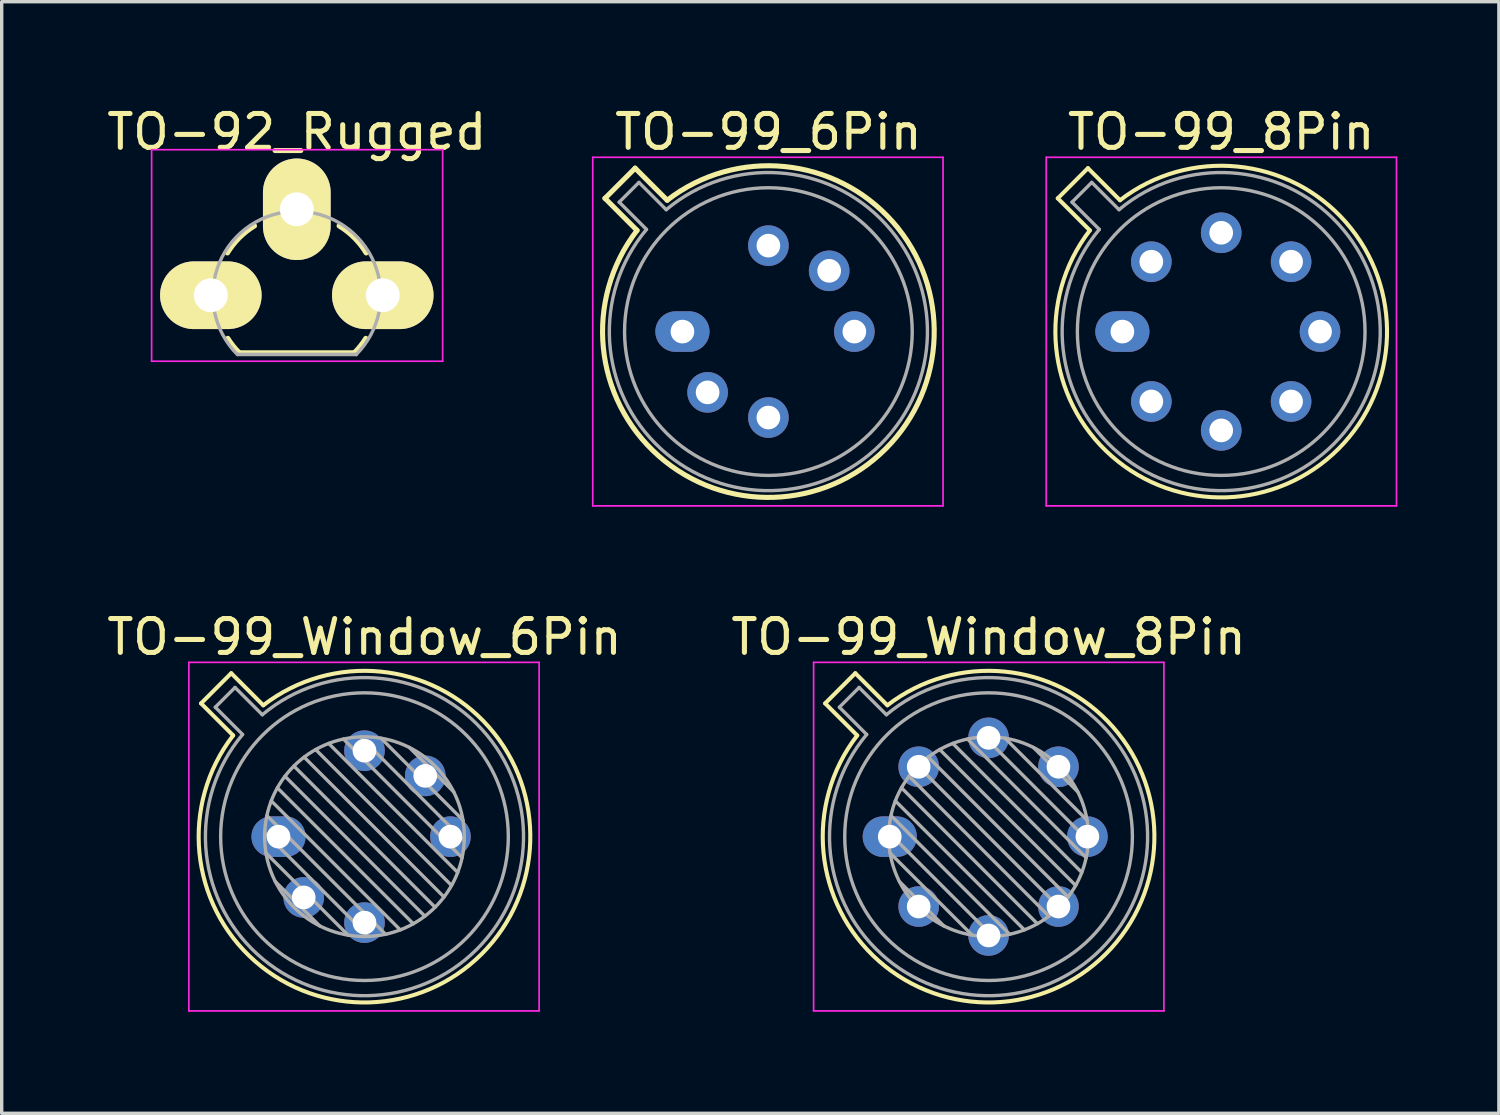
<source format=kicad_pcb>
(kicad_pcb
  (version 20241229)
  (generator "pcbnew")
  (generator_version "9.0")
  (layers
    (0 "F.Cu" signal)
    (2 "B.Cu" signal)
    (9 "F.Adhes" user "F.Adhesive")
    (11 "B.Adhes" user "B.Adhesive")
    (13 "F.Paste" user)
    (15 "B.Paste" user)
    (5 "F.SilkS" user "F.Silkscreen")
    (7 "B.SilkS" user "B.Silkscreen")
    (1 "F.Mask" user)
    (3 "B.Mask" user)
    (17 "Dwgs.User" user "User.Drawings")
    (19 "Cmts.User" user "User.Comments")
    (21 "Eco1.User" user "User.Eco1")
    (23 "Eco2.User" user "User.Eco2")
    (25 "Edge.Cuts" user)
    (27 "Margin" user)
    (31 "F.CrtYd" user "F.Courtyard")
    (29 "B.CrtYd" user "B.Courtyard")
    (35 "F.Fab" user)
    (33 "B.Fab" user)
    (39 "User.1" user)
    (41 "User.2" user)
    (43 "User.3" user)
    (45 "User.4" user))
  (footprint "TO-99_8Pin"
    (layer "F.Cu")
    (at 30.115 6.748)
    (property "Reference" "TO-99_8Pin" (at 2.92 -5.9 0) (layer "F.SilkS") (effects (font (size 1 1) (thickness 0.15))))
    (attr through_hole)
    (fp_line (start -1.909 -3.938) (end -0.962 -2.991) (stroke (width 0.12) (type solid)) (layer "F.SilkS"))
    (fp_line (start -1.018 -4.829) (end -1.909 -3.938) (stroke (width 0.12) (type solid)) (layer "F.SilkS"))
    (fp_line (start -0.071 -3.882) (end -1.018 -4.829) (stroke (width 0.12) (type solid)) (layer "F.SilkS"))
    (fp_arc (start -0.070589 -3.881543) (mid 6.384823 3.464823) (end -0.961543 -2.990588) (stroke (width 0.12) (type solid)) (layer "F.SilkS"))
    (fp_line (start -2.25 -5.15) (end -2.25 5.15) (stroke (width 0.05) (type solid)) (layer "F.CrtYd"))
    (fp_line (start -2.25 5.15) (end 8.1 5.15) (stroke (width 0.05) (type solid)) (layer "F.CrtYd"))
    (fp_line (start 8.1 -5.15) (end -2.25 -5.15) (stroke (width 0.05) (type solid)) (layer "F.CrtYd"))
    (fp_line (start 8.1 5.15) (end 8.1 -5.15) (stroke (width 0.05) (type solid)) (layer "F.CrtYd"))
    (fp_line (start -1.488 -3.825) (end -0.682 -3.019) (stroke (width 0.1) (type solid)) (layer "F.Fab"))
    (fp_line (start -0.905 -4.408) (end -1.488 -3.825) (stroke (width 0.1) (type solid)) (layer "F.Fab"))
    (fp_line (start -0.099 -3.602) (end -0.905 -4.408) (stroke (width 0.1) (type solid)) (layer "F.Fab"))
    (fp_arc (start -0.098935 -3.602226) (mid 6.243402 3.323402) (end -0.682226 -3.018935) (stroke (width 0.1) (type solid)) (layer "F.Fab"))
    (fp_circle (center 2.92 0) (end 7.17 0) (stroke (width 0.1) (type solid)) (fill no) (layer "F.Fab"))
    (pad "1" thru_hole oval (at 0 0) (size 1.6 1.2) (drill 0.7) (layers "*.Cu" "*.Mask"))
    (pad "2" thru_hole oval (at 0.855 2.065) (size 1.2 1.2) (drill 0.7) (layers "*.Cu" "*.Mask"))
    (pad "3" thru_hole oval (at 2.92 2.92) (size 1.2 1.2) (drill 0.7) (layers "*.Cu" "*.Mask"))
    (pad "4" thru_hole oval (at 4.985 2.065) (size 1.2 1.2) (drill 0.7) (layers "*.Cu" "*.Mask"))
    (pad "5" thru_hole oval (at 5.84 0) (size 1.2 1.2) (drill 0.7) (layers "*.Cu" "*.Mask"))
    (pad "6" thru_hole oval (at 4.985 -2.065) (size 1.2 1.2) (drill 0.7) (layers "*.Cu" "*.Mask"))
    (pad "7" thru_hole oval (at 2.92 -2.92) (size 1.2 1.2) (drill 0.7) (layers "*.Cu" "*.Mask"))
    (pad "8" thru_hole oval (at 0.855 -2.065) (size 1.2 1.2) (drill 0.7) (layers "*.Cu" "*.Mask")))
  (footprint "TO-92_Rugged"
    (layer "F.Cu")
    (at 3.18 5.674)
    (property "Reference" "TO-92_Rugged" (at 2.54 -4.826 0) (layer "F.SilkS") (effects (font (size 1 1) (thickness 0.15))))
    (attr through_hole)
    (fp_line (start 0.84 1.7) (end 4.24 1.7) (stroke (width 0.15) (type solid)) (layer "F.SilkS"))
    (fp_arc (start 0.49 -1.25) (mid 0.842207 -1.697793) (end 1.29 -2.05) (stroke (width 0.15) (type solid)) (layer "F.SilkS"))
    (fp_arc (start 0.84 1.7) (mid 0.658552 1.496715) (end 0.501273 1.274203) (stroke (width 0.15) (type solid)) (layer "F.SilkS"))
    (fp_arc (start 3.79 -2.05) (mid 4.237793 -1.697793) (end 4.59 -1.25) (stroke (width 0.15) (type solid)) (layer "F.SilkS"))
    (fp_arc (start 4.578727 1.274203) (mid 4.421448 1.496715) (end 4.24 1.7) (stroke (width 0.15) (type solid)) (layer "F.SilkS"))
    (fp_line (start -1.75 -4.3) (end 6.85 -4.3) (stroke (width 0.05) (type solid)) (layer "F.CrtYd"))
    (fp_line (start -1.75 1.95) (end -1.75 -4.3) (stroke (width 0.05) (type solid)) (layer "F.CrtYd"))
    (fp_line (start -1.75 1.95) (end 6.85 1.95) (stroke (width 0.05) (type solid)) (layer "F.CrtYd"))
    (fp_line (start 6.85 1.95) (end 6.85 -4.3) (stroke (width 0.05) (type solid)) (layer "F.CrtYd"))
    (fp_line (start 0.8 1.75) (end 4.3 1.75) (stroke (width 0.1) (type solid)) (layer "F.Fab"))
    (fp_line (start 0.8 1.75) (end 4.3 1.75) (stroke (width 0.1) (type solid)) (layer "F.Fab"))
    (fp_arc (start 0.786375 1.753625) (mid 0.248779 -0.949055) (end 2.54 -2.48) (stroke (width 0.1) (type solid)) (layer "F.Fab"))
    (fp_arc (start 2.54 -2.48) (mid 4.831221 -0.949055) (end 4.293625 1.753625) (stroke (width 0.1) (type solid)) (layer "F.Fab"))
    (pad "1" thru_hole oval (at 0 0 90) (size 2 3) (drill 1) (layers "*.Cu" "*.Mask" "F.SilkS"))
    (pad "2" thru_hole oval (at 2.54 -2.54 90) (size 3 2) (drill 1) (layers "*.Cu" "*.Mask" "F.SilkS"))
    (pad "3" thru_hole oval (at 5.08 0 90) (size 2 3) (drill 1) (layers "*.Cu" "*.Mask" "F.SilkS")))
  (footprint "TO-99_Window_8Pin"
    (layer "F.Cu")
    (at 23.241 21.672)
    (property "Reference" "TO-99_Window_8Pin" (at 2.92 -5.9 0) (layer "F.SilkS") (effects (font (size 1 1) (thickness 0.15))))
    (attr through_hole)
    (fp_line (start -1.909 -3.938) (end -0.962 -2.991) (stroke (width 0.12) (type solid)) (layer "F.SilkS"))
    (fp_line (start -1.018 -4.829) (end -1.909 -3.938) (stroke (width 0.12) (type solid)) (layer "F.SilkS"))
    (fp_line (start -0.071 -3.882) (end -1.018 -4.829) (stroke (width 0.12) (type solid)) (layer "F.SilkS"))
    (fp_arc (start -0.070589 -3.881543) (mid 6.384823 3.464823) (end -0.961543 -2.990588) (stroke (width 0.12) (type solid)) (layer "F.SilkS"))
    (fp_line (start -2.25 -5.15) (end -2.25 5.15) (stroke (width 0.05) (type solid)) (layer "F.CrtYd"))
    (fp_line (start -2.25 5.15) (end 8.1 5.15) (stroke (width 0.05) (type solid)) (layer "F.CrtYd"))
    (fp_line (start 8.1 -5.15) (end -2.25 -5.15) (stroke (width 0.05) (type solid)) (layer "F.CrtYd"))
    (fp_line (start 8.1 5.15) (end 8.1 -5.15) (stroke (width 0.05) (type solid)) (layer "F.CrtYd"))
    (fp_line (start -1.488 -3.825) (end -0.682 -3.019) (stroke (width 0.1) (type solid)) (layer "F.Fab"))
    (fp_line (start -0.905 -4.408) (end -1.488 -3.825) (stroke (width 0.1) (type solid)) (layer "F.Fab"))
    (fp_line (start -0.099 -3.602) (end -0.905 -4.408) (stroke (width 0.1) (type solid)) (layer "F.Fab"))
    (fp_line (start -0.028 -0.12) (end 3.04 2.948) (stroke (width 0.1) (type solid)) (layer "F.Fab"))
    (fp_line (start 0.009 0.485) (end 2.435 2.911) (stroke (width 0.1) (type solid)) (layer "F.Fab"))
    (fp_line (start 0.036 -0.622) (end 3.542 2.884) (stroke (width 0.1) (type solid)) (layer "F.Fab"))
    (fp_line (start 0.165 -1.058) (end 3.978 2.755) (stroke (width 0.1) (type solid)) (layer "F.Fab"))
    (fp_line (start 0.283 1.324) (end 1.596 2.637) (stroke (width 0.1) (type solid)) (layer "F.Fab"))
    (fp_line (start 0.346 -1.443) (end 4.363 2.574) (stroke (width 0.1) (type solid)) (layer "F.Fab"))
    (fp_line (start 0.57 -1.784) (end 4.704 2.35) (stroke (width 0.1) (type solid)) (layer "F.Fab"))
    (fp_line (start 0.834 -2.086) (end 5.006 2.086) (stroke (width 0.1) (type solid)) (layer "F.Fab"))
    (fp_line (start 1.136 -2.35) (end 5.27 1.784) (stroke (width 0.1) (type solid)) (layer "F.Fab"))
    (fp_line (start 1.477 -2.574) (end 5.494 1.443) (stroke (width 0.1) (type solid)) (layer "F.Fab"))
    (fp_line (start 1.862 -2.755) (end 5.675 1.058) (stroke (width 0.1) (type solid)) (layer "F.Fab"))
    (fp_line (start 2.298 -2.884) (end 5.804 0.622) (stroke (width 0.1) (type solid)) (layer "F.Fab"))
    (fp_line (start 2.8 -2.948) (end 5.868 0.12) (stroke (width 0.1) (type solid)) (layer "F.Fab"))
    (fp_line (start 3.405 -2.911) (end 5.831 -0.485) (stroke (width 0.1) (type solid)) (layer "F.Fab"))
    (fp_line (start 4.244 -2.637) (end 5.557 -1.324) (stroke (width 0.1) (type solid)) (layer "F.Fab"))
    (fp_arc (start -0.098935 -3.602226) (mid 6.243402 3.323402) (end -0.682226 -3.018935) (stroke (width 0.1) (type solid)) (layer "F.Fab"))
    (fp_circle (center 2.92 0) (end 5.87 0) (stroke (width 0.1) (type solid)) (fill no) (layer "F.Fab"))
    (fp_circle (center 2.92 0) (end 7.17 0) (stroke (width 0.1) (type solid)) (fill no) (layer "F.Fab"))
    (pad "1" thru_hole oval (at 0 0) (size 1.6 1.2) (drill 0.7) (layers "*.Cu" "*.Mask"))
    (pad "2" thru_hole oval (at 0.855 2.065) (size 1.2 1.2) (drill 0.7) (layers "*.Cu" "*.Mask"))
    (pad "3" thru_hole oval (at 2.92 2.92) (size 1.2 1.2) (drill 0.7) (layers "*.Cu" "*.Mask"))
    (pad "4" thru_hole oval (at 4.985 2.065) (size 1.2 1.2) (drill 0.7) (layers "*.Cu" "*.Mask"))
    (pad "5" thru_hole oval (at 5.84 0) (size 1.2 1.2) (drill 0.7) (layers "*.Cu" "*.Mask"))
    (pad "6" thru_hole oval (at 4.985 -2.065) (size 1.2 1.2) (drill 0.7) (layers "*.Cu" "*.Mask"))
    (pad "7" thru_hole oval (at 2.92 -2.92) (size 1.2 1.2) (drill 0.7) (layers "*.Cu" "*.Mask"))
    (pad "8" thru_hole oval (at 0.855 -2.065) (size 1.2 1.2) (drill 0.7) (layers "*.Cu" "*.Mask")))
  (footprint "TO-99_Window_6Pin"
    (layer "F.Cu")
    (at 5.18 21.672)
    (property "Reference" "TO-99_Window_6Pin" (at 2.54 -5.9 0) (layer "F.SilkS") (effects (font (size 1 1) (thickness 0.15))))
    (attr through_hole)
    (fp_line (start -2.289 -3.938) (end -1.342 -2.991) (stroke (width 0.12) (type solid)) (layer "F.SilkS"))
    (fp_line (start -1.398 -4.829) (end -2.289 -3.938) (stroke (width 0.12) (type solid)) (layer "F.SilkS"))
    (fp_line (start -0.451 -3.882) (end -1.398 -4.829) (stroke (width 0.12) (type solid)) (layer "F.SilkS"))
    (fp_arc (start -0.450589 -3.881543) (mid 6.004823 3.464823) (end -1.341543 -2.990588) (stroke (width 0.12) (type solid)) (layer "F.SilkS"))
    (fp_line (start -2.65 -5.15) (end -2.65 5.15) (stroke (width 0.05) (type solid)) (layer "F.CrtYd"))
    (fp_line (start -2.65 5.15) (end 7.7 5.15) (stroke (width 0.05) (type solid)) (layer "F.CrtYd"))
    (fp_line (start 7.7 -5.15) (end -2.65 -5.15) (stroke (width 0.05) (type solid)) (layer "F.CrtYd"))
    (fp_line (start 7.7 5.15) (end 7.7 -5.15) (stroke (width 0.05) (type solid)) (layer "F.CrtYd"))
    (fp_line (start -1.868 -3.825) (end -1.062 -3.019) (stroke (width 0.1) (type solid)) (layer "F.Fab"))
    (fp_line (start -1.285 -4.408) (end -1.868 -3.825) (stroke (width 0.1) (type solid)) (layer "F.Fab"))
    (fp_line (start -0.479 -3.602) (end -1.285 -4.408) (stroke (width 0.1) (type solid)) (layer "F.Fab"))
    (fp_line (start -0.408 -0.12) (end 2.66 2.948) (stroke (width 0.1) (type solid)) (layer "F.Fab"))
    (fp_line (start -0.371 0.485) (end 2.055 2.911) (stroke (width 0.1) (type solid)) (layer "F.Fab"))
    (fp_line (start -0.344 -0.622) (end 3.162 2.884) (stroke (width 0.1) (type solid)) (layer "F.Fab"))
    (fp_line (start -0.215 -1.058) (end 3.598 2.755) (stroke (width 0.1) (type solid)) (layer "F.Fab"))
    (fp_line (start -0.097 1.324) (end 1.216 2.637) (stroke (width 0.1) (type solid)) (layer "F.Fab"))
    (fp_line (start -0.034 -1.443) (end 3.983 2.574) (stroke (width 0.1) (type solid)) (layer "F.Fab"))
    (fp_line (start 0.19 -1.784) (end 4.324 2.35) (stroke (width 0.1) (type solid)) (layer "F.Fab"))
    (fp_line (start 0.454 -2.086) (end 4.626 2.086) (stroke (width 0.1) (type solid)) (layer "F.Fab"))
    (fp_line (start 0.756 -2.35) (end 4.89 1.784) (stroke (width 0.1) (type solid)) (layer "F.Fab"))
    (fp_line (start 1.097 -2.574) (end 5.114 1.443) (stroke (width 0.1) (type solid)) (layer "F.Fab"))
    (fp_line (start 1.482 -2.755) (end 5.295 1.058) (stroke (width 0.1) (type solid)) (layer "F.Fab"))
    (fp_line (start 1.918 -2.884) (end 5.424 0.622) (stroke (width 0.1) (type solid)) (layer "F.Fab"))
    (fp_line (start 2.42 -2.948) (end 5.488 0.12) (stroke (width 0.1) (type solid)) (layer "F.Fab"))
    (fp_line (start 3.025 -2.911) (end 5.451 -0.485) (stroke (width 0.1) (type solid)) (layer "F.Fab"))
    (fp_line (start 3.864 -2.637) (end 5.177 -1.324) (stroke (width 0.1) (type solid)) (layer "F.Fab"))
    (fp_arc (start -0.478935 -3.602226) (mid 5.863402 3.323402) (end -1.062226 -3.018935) (stroke (width 0.1) (type solid)) (layer "F.Fab"))
    (fp_circle (center 2.54 0) (end 5.49 0) (stroke (width 0.1) (type solid)) (fill no) (layer "F.Fab"))
    (fp_circle (center 2.54 0) (end 6.79 0) (stroke (width 0.1) (type solid)) (fill no) (layer "F.Fab"))
    (pad "1" thru_hole oval (at 0 0) (size 1.6 1.2) (drill 0.7) (layers "*.Cu" "*.Mask"))
    (pad "2" thru_hole oval (at 0.744 1.796) (size 1.2 1.2) (drill 0.7) (layers "*.Cu" "*.Mask"))
    (pad "3" thru_hole oval (at 2.54 2.54) (size 1.2 1.2) (drill 0.7) (layers "*.Cu" "*.Mask"))
    (pad "4" thru_hole oval (at 5.08 0) (size 1.2 1.2) (drill 0.7) (layers "*.Cu" "*.Mask"))
    (pad "5" thru_hole oval (at 4.336 -1.796) (size 1.2 1.2) (drill 0.7) (layers "*.Cu" "*.Mask"))
    (pad "6" thru_hole oval (at 2.54 -2.54) (size 1.2 1.2) (drill 0.7) (layers "*.Cu" "*.Mask")))
  (footprint "TO-99_6Pin"
    (layer "F.Cu")
    (at 17.115 6.748)
    (property "Reference" "TO-99_6Pin" (at 2.54 -5.9 0) (layer "F.SilkS") (effects (font (size 1 1) (thickness 0.15))))
    (attr through_hole)
    (fp_line (start -2.289 -3.938) (end -1.342 -2.991) (stroke (width 0.15) (type solid)) (layer "F.SilkS"))
    (fp_line (start -1.398 -4.829) (end -2.289 -3.938) (stroke (width 0.15) (type solid)) (layer "F.SilkS"))
    (fp_line (start -0.451 -3.882) (end -1.398 -4.829) (stroke (width 0.15) (type solid)) (layer "F.SilkS"))
    (fp_arc (start -0.450589 -3.881543) (mid 6.004823 3.464823) (end -1.341543 -2.990588) (stroke (width 0.15) (type solid)) (layer "F.SilkS"))
    (fp_line (start -2.65 -5.15) (end -2.65 5.15) (stroke (width 0.05) (type solid)) (layer "F.CrtYd"))
    (fp_line (start -2.65 5.15) (end 7.7 5.15) (stroke (width 0.05) (type solid)) (layer "F.CrtYd"))
    (fp_line (start 7.7 -5.15) (end -2.65 -5.15) (stroke (width 0.05) (type solid)) (layer "F.CrtYd"))
    (fp_line (start 7.7 5.15) (end 7.7 -5.15) (stroke (width 0.05) (type solid)) (layer "F.CrtYd"))
    (fp_line (start -1.868 -3.825) (end -1.062 -3.019) (stroke (width 0.1) (type solid)) (layer "F.Fab"))
    (fp_line (start -1.285 -4.408) (end -1.868 -3.825) (stroke (width 0.1) (type solid)) (layer "F.Fab"))
    (fp_line (start -0.479 -3.602) (end -1.285 -4.408) (stroke (width 0.1) (type solid)) (layer "F.Fab"))
    (fp_arc (start -0.478935 -3.602226) (mid 5.863402 3.323402) (end -1.062226 -3.018935) (stroke (width 0.1) (type solid)) (layer "F.Fab"))
    (fp_circle (center 2.54 0) (end 6.79 0) (stroke (width 0.1) (type solid)) (fill no) (layer "F.Fab"))
    (pad "1" thru_hole oval (at 0 0) (size 1.6 1.2) (drill 0.7) (layers "*.Cu" "*.Mask"))
    (pad "2" thru_hole oval (at 0.744 1.796) (size 1.2 1.2) (drill 0.7) (layers "*.Cu" "*.Mask"))
    (pad "3" thru_hole oval (at 2.54 2.54) (size 1.2 1.2) (drill 0.7) (layers "*.Cu" "*.Mask"))
    (pad "4" thru_hole oval (at 5.08 0) (size 1.2 1.2) (drill 0.7) (layers "*.Cu" "*.Mask"))
    (pad "5" thru_hole oval (at 4.336 -1.796) (size 1.2 1.2) (drill 0.7) (layers "*.Cu" "*.Mask"))
    (pad "6" thru_hole oval (at 2.54 -2.54) (size 1.2 1.2) (drill 0.7) (layers "*.Cu" "*.Mask")))
  (gr_rect
    (start -3 -3)
    (end 41.24 29.846)
    (stroke (width 0.1) (type default))
    (fill no)
    (layer "Edge.Cuts")))
</source>
